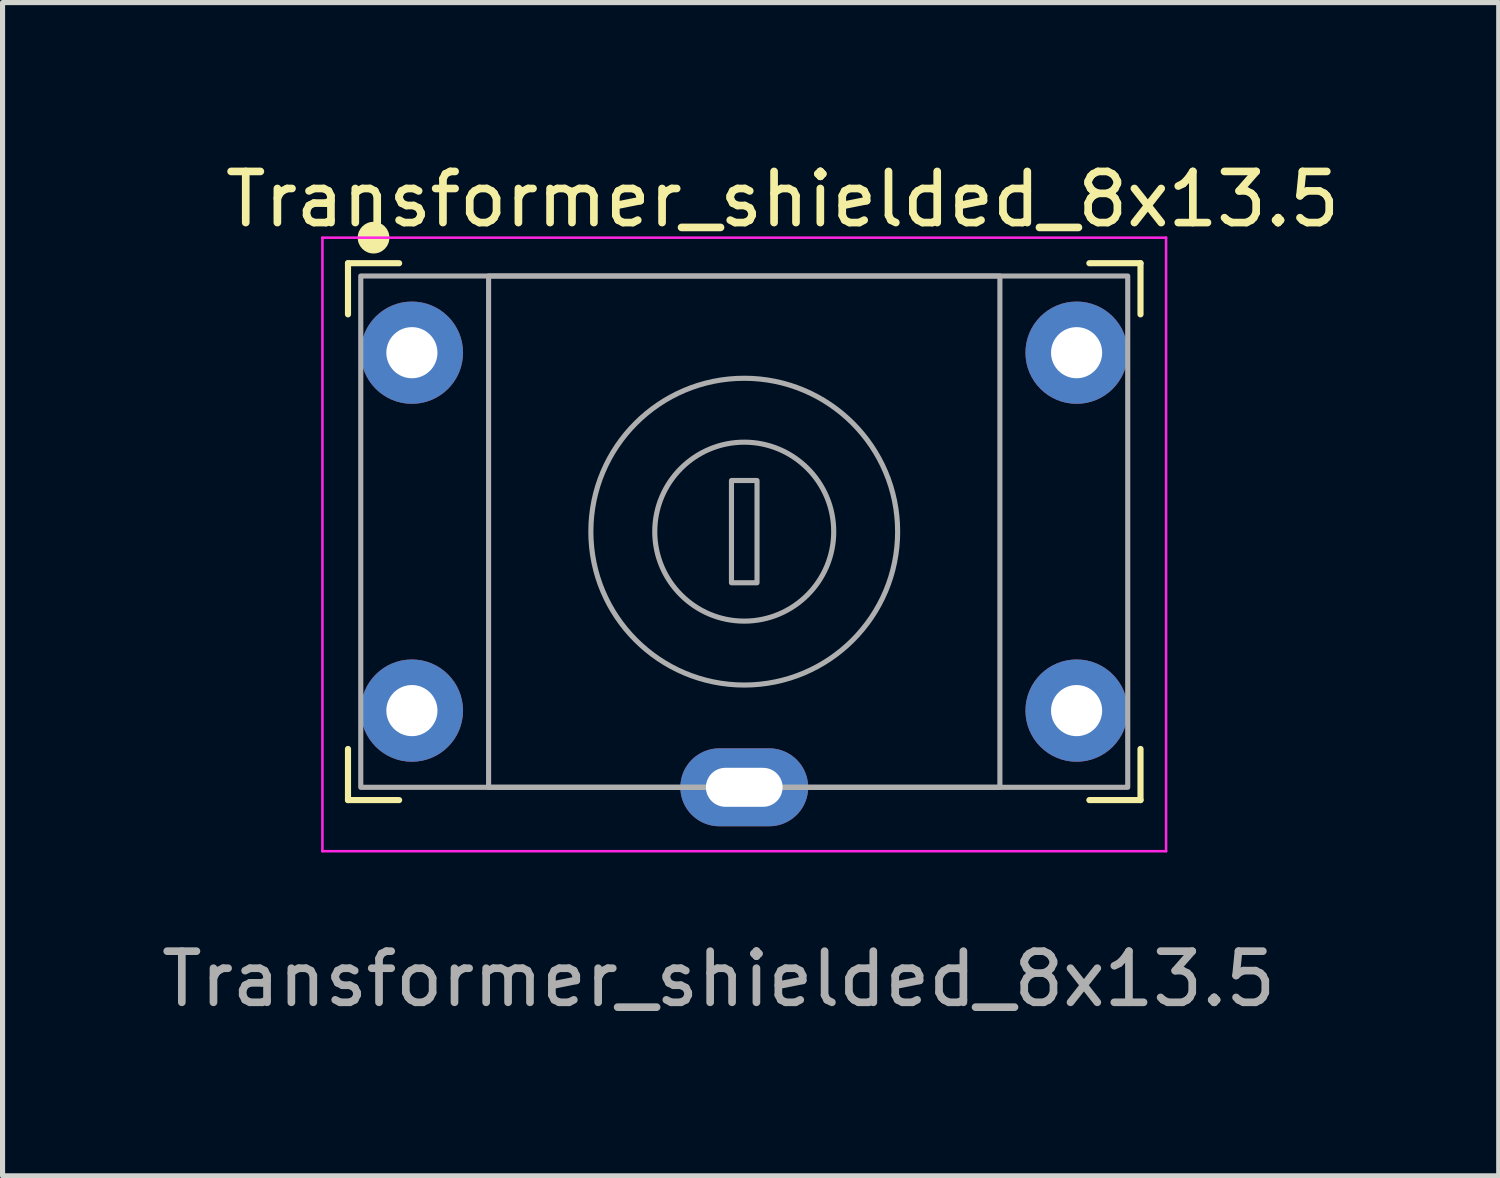
<source format=kicad_pcb>
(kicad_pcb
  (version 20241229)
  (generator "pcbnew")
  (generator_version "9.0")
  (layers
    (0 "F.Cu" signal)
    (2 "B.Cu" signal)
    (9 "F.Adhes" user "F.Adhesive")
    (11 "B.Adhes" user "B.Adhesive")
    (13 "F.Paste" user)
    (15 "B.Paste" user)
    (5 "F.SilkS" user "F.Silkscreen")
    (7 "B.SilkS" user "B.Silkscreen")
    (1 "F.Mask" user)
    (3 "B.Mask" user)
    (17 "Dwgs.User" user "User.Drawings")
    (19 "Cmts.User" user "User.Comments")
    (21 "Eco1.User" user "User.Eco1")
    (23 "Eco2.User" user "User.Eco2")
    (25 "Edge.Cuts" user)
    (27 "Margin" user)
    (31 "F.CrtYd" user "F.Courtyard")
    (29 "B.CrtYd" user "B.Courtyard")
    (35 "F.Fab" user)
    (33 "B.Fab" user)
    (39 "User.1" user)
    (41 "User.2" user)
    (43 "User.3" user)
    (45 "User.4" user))
  (footprint "Transformer_shielded_8x13.5"
    (layer "F.Cu")
    (at 11.506 7.348)
    (property "Reference" "Transformer_shielded_8x13.5" (at 0.75 -6.5 0) (unlocked yes) (layer "F.SilkS") (effects (font (size 1 1) (thickness 0.15))))
    (attr through_hole)
    (fp_line (start -7.75 -5.25) (end -6.75 -5.25) (stroke (width 0.12) (type solid)) (layer "F.SilkS"))
    (fp_line (start -7.75 -4.25) (end -7.75 -5.25) (stroke (width 0.12) (type solid)) (layer "F.SilkS"))
    (fp_line (start -7.75 4.25) (end -7.75 5.25) (stroke (width 0.12) (type solid)) (layer "F.SilkS"))
    (fp_line (start -7.75 5.25) (end -6.75 5.25) (stroke (width 0.12) (type solid)) (layer "F.SilkS"))
    (fp_line (start 6.75 -5.25) (end 7.75 -5.25) (stroke (width 0.12) (type solid)) (layer "F.SilkS"))
    (fp_line (start 7.75 -5.25) (end 7.75 -4.25) (stroke (width 0.12) (type solid)) (layer "F.SilkS"))
    (fp_line (start 7.75 4.25) (end 7.75 5.25) (stroke (width 0.12) (type solid)) (layer "F.SilkS"))
    (fp_line (start 7.75 5.25) (end 6.75 5.25) (stroke (width 0.12) (type solid)) (layer "F.SilkS"))
    (fp_circle (center -7.25 -5.75) (end -7 -5.75) (stroke (width 0.12) (type solid)) (fill yes) (layer "F.SilkS"))
    (fp_line (start -8.25 -5.75) (end -8.25 6.25) (stroke (width 0.05) (type solid)) (layer "F.CrtYd"))
    (fp_line (start -8.25 -5.75) (end 8.25 -5.75) (stroke (width 0.05) (type solid)) (layer "F.CrtYd"))
    (fp_line (start 8.25 6.25) (end -8.25 6.25) (stroke (width 0.05) (type solid)) (layer "F.CrtYd"))
    (fp_line (start 8.25 6.25) (end 8.25 -5.75) (stroke (width 0.05) (type solid)) (layer "F.CrtYd"))
    (fp_rect (start -5 -5) (end 5 5) (stroke (width 0.1) (type solid)) (fill no) (layer "F.Fab"))
    (fp_rect (start -0.25 -1) (end 0.25 1) (stroke (width 0.1) (type solid)) (fill no) (layer "F.Fab"))
    (fp_rect (start 7.5 5) (end -7.5 -5) (stroke (width 0.1) (type solid)) (fill no) (layer "F.Fab"))
    (fp_circle (center 0 0) (end 1.75 0) (stroke (width 0.1) (type solid)) (fill no) (layer "F.Fab"))
    (fp_circle (center 0 0) (end 3 0) (stroke (width 0.1) (type solid)) (fill no) (layer "F.Fab"))
    (fp_text user "${REFERENCE}" (at -0.5 8.75 0) (unlocked yes) (layer "F.Fab") (effects (font (size 1 1) (thickness 0.15))))
    (pad "0" thru_hole oval (at 0 5) (size 2.5 1.524) (drill oval 1.5 0.762) (layers "*.Cu" "*.Mask"))
    (pad "1" thru_hole circle (at -6.5 -3.5) (size 2 2) (drill 1) (layers "*.Cu" "*.Mask"))
    (pad "2" thru_hole circle (at -6.5 3.5) (size 2 2) (drill 1) (layers "*.Cu" "*.Mask"))
    (pad "3" thru_hole circle (at 6.5 3.5) (size 2 2) (drill 1) (layers "*.Cu" "*.Mask"))
    (pad "4" thru_hole circle (at 6.5 -3.5) (size 2 2) (drill 1) (layers "*.Cu" "*.Mask")))
  (gr_rect
    (start -3 -3)
    (end 26.262 19.947)
    (stroke (width 0.1) (type default))
    (fill no)
    (layer "Edge.Cuts")))
</source>
